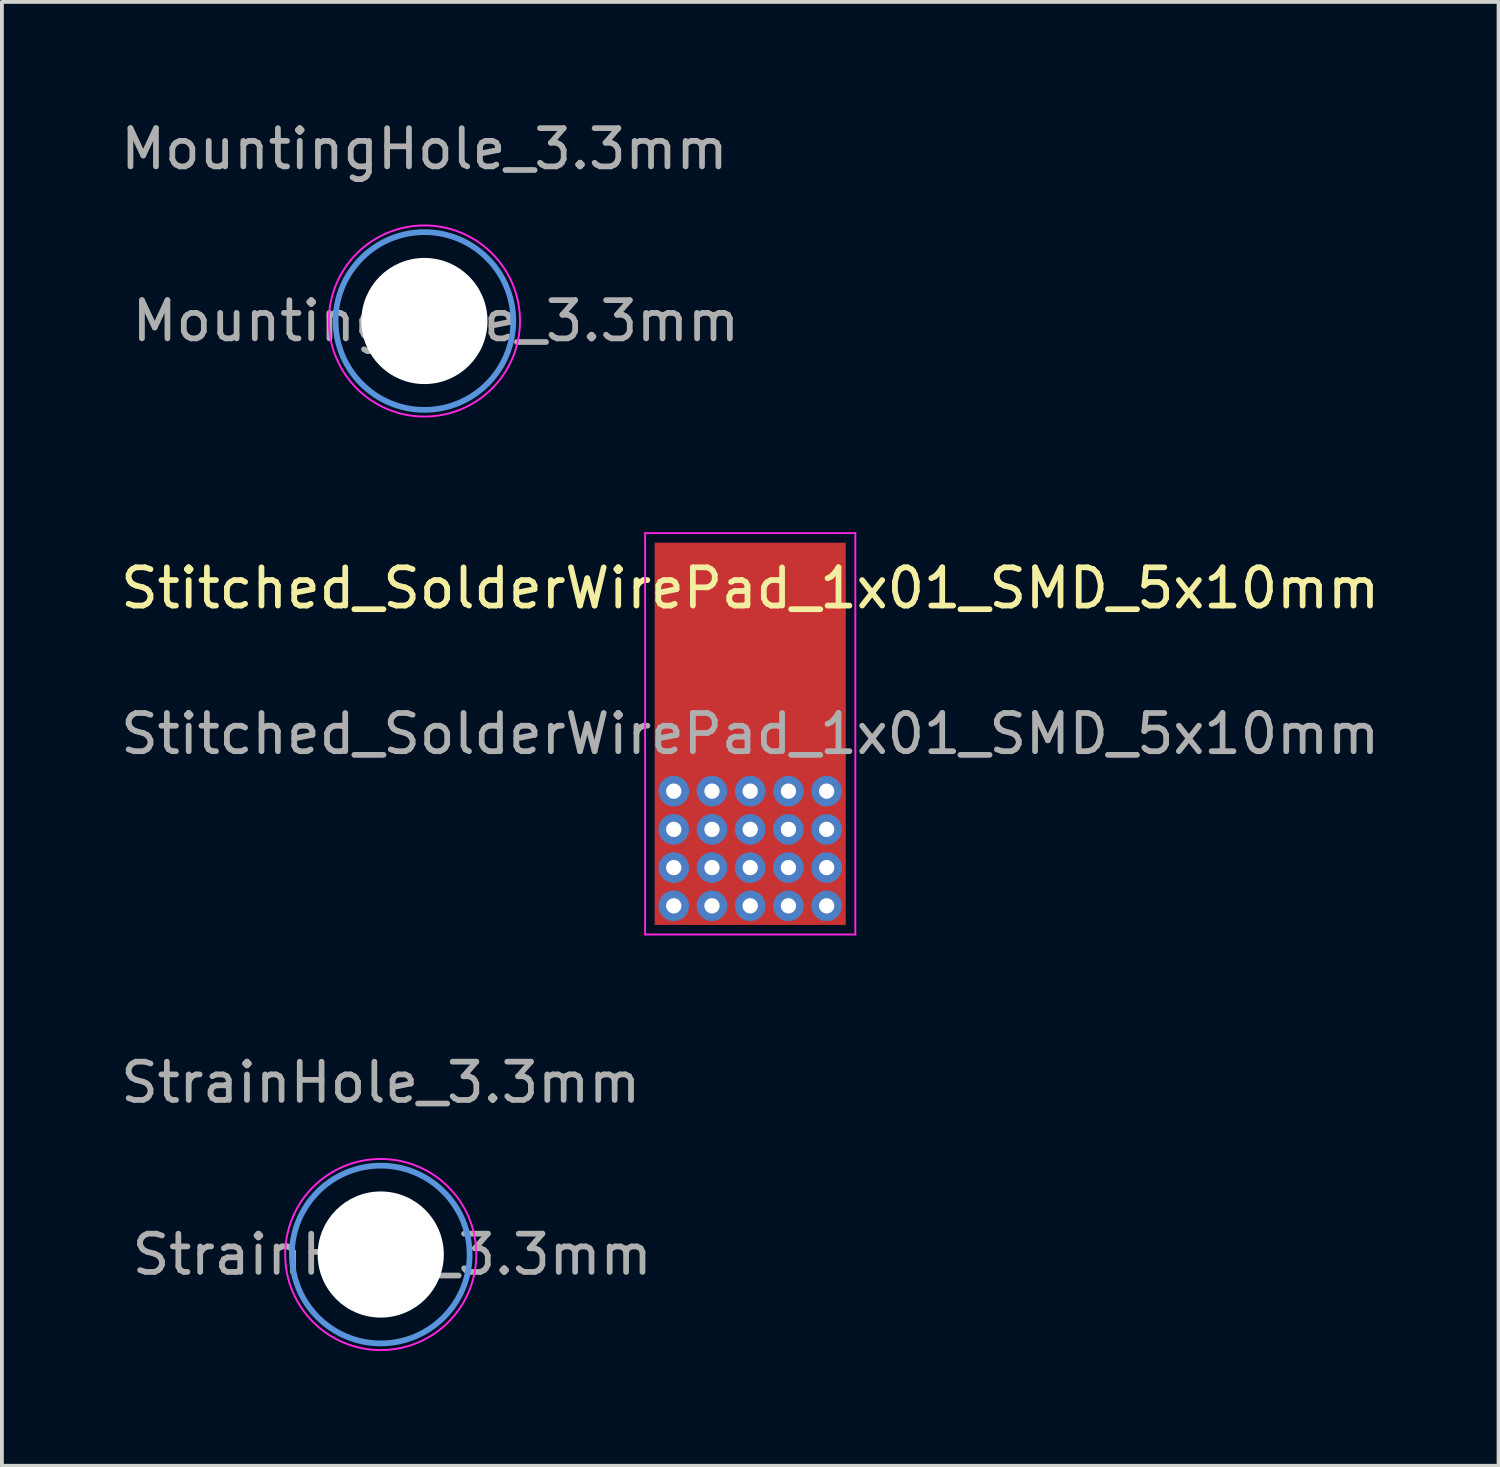
<source format=kicad_pcb>
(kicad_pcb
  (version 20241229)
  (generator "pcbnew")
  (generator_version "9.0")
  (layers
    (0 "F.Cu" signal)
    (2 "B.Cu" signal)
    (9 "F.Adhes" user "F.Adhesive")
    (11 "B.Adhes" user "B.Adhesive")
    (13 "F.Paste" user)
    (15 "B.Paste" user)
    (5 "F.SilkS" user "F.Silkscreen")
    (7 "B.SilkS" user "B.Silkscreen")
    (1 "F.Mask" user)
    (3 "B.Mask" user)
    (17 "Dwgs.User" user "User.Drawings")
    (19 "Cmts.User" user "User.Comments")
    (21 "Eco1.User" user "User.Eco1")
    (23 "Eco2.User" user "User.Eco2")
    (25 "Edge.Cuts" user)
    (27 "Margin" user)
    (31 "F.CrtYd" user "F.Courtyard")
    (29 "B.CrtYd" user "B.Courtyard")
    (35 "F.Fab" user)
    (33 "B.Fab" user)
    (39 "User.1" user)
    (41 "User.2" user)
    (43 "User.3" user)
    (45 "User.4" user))
  (footprint "MountingHole_3.3mm"
    (layer "F.Cu")
    (at 8.054 5.348)
    (property "Reference" "MountingHole_3.3mm" (at 0 -4.5 0) (layer "F.Fab") (effects (font (size 1 1) (thickness 0.15))))
    (attr exclude_from_pos_files exclude_from_bom)
    (fp_circle (center 0 0) (end 2.325 0) (stroke (width 0.15) (type solid)) (fill no) (layer "Cmts.User"))
    (fp_circle (center 0 0) (end 2.5 0) (stroke (width 0.05) (type solid)) (fill no) (layer "F.CrtYd"))
    (fp_text user "${REFERENCE}" (at 0.3 0 0) (layer "F.Fab") (effects (font (size 1 1) (thickness 0.15))))
    (pad "" np_thru_hole circle (at 0 0) (size 3.3 3.3) (drill 3.3) (layers "*.Cu" "*.Mask")))
  (footprint "StrainHole_3.3mm"
    (layer "F.Cu")
    (at 6.911 29.771)
    (property "Reference" "StrainHole_3.3mm" (at 0 -4.5 0) (layer "F.Fab") (effects (font (size 1 1) (thickness 0.15))))
    (attr exclude_from_pos_files exclude_from_bom)
    (fp_circle (center 0 0) (end 2.325 0) (stroke (width 0.15) (type solid)) (fill no) (layer "Cmts.User"))
    (fp_circle (center 0 0) (end 2.5 0) (stroke (width 0.05) (type solid)) (fill no) (layer "F.CrtYd"))
    (fp_text user "${REFERENCE}" (at 0.3 0 0) (layer "F.Fab") (effects (font (size 1 1) (thickness 0.15))))
    (pad "" np_thru_hole circle (at 0 0) (size 3.3 3.3) (drill 3.3) (layers "*.Cu" "*.Mask")))
  (footprint "Stitched_SolderWirePad_1x01_SMD_5x10mm"
    (layer "F.Cu")
    (at 16.577 16.148)
    (property "Reference" "Stitched_SolderWirePad_1x01_SMD_5x10mm" (at 0 -3.81 0) (layer "F.SilkS") (effects (font (size 1 1) (thickness 0.15))))
    (attr smd exclude_from_pos_files exclude_from_bom)
    (fp_line (start -2.75 -5.25) (end -2.75 5.25) (stroke (width 0.05) (type solid)) (layer "F.CrtYd"))
    (fp_line (start -2.75 5.25) (end 2.75 5.25) (stroke (width 0.05) (type solid)) (layer "F.CrtYd"))
    (fp_line (start 2.75 -5.25) (end -2.75 -5.25) (stroke (width 0.05) (type solid)) (layer "F.CrtYd"))
    (fp_line (start 2.75 5.25) (end 2.75 -5.25) (stroke (width 0.05) (type solid)) (layer "F.CrtYd"))
    (fp_text user "${REFERENCE}" (at 0 0 0) (layer "F.Fab") (effects (font (size 1 1) (thickness 0.15))))
    (pad "1" thru_hole circle (at -2 1.5) (size 0.8 0.8) (drill 0.4) (layers "*.Cu" "*.Mask"))
    (pad "1" thru_hole circle (at -2 2.5) (size 0.8 0.8) (drill 0.4) (layers "*.Cu" "*.Mask"))
    (pad "1" thru_hole circle (at -2 3.5) (size 0.8 0.8) (drill 0.4) (layers "*.Cu" "*.Mask"))
    (pad "1" thru_hole circle (at -2 4.5) (size 0.8 0.8) (drill 0.4) (layers "*.Cu" "*.Mask"))
    (pad "1" thru_hole circle (at -1 1.5) (size 0.8 0.8) (drill 0.4) (layers "*.Cu" "*.Mask"))
    (pad "1" thru_hole circle (at -1 2.5) (size 0.8 0.8) (drill 0.4) (layers "*.Cu" "*.Mask"))
    (pad "1" thru_hole circle (at -1 3.5) (size 0.8 0.8) (drill 0.4) (layers "*.Cu" "*.Mask"))
    (pad "1" thru_hole circle (at -1 4.5) (size 0.8 0.8) (drill 0.4) (layers "*.Cu" "*.Mask"))
    (pad "1" smd rect (at 0 0) (size 5 10) (layers "F.Cu" "F.Mask" "F.Paste"))
    (pad "1" thru_hole circle (at 0 1.5) (size 0.8 0.8) (drill 0.4) (layers "*.Cu" "*.Mask"))
    (pad "1" thru_hole circle (at 0 2.5) (size 0.8 0.8) (drill 0.4) (layers "*.Cu" "*.Mask"))
    (pad "1" thru_hole circle (at 0 3.5) (size 0.8 0.8) (drill 0.4) (layers "*.Cu" "*.Mask"))
    (pad "1" thru_hole circle (at 0 4.5) (size 0.8 0.8) (drill 0.4) (layers "*.Cu" "*.Mask"))
    (pad "1" thru_hole circle (at 1 1.5) (size 0.8 0.8) (drill 0.4) (layers "*.Cu" "*.Mask"))
    (pad "1" thru_hole circle (at 1 2.5) (size 0.8 0.8) (drill 0.4) (layers "*.Cu" "*.Mask"))
    (pad "1" thru_hole circle (at 1 3.5) (size 0.8 0.8) (drill 0.4) (layers "*.Cu" "*.Mask"))
    (pad "1" thru_hole circle (at 1 4.5) (size 0.8 0.8) (drill 0.4) (layers "*.Cu" "*.Mask"))
    (pad "1" thru_hole circle (at 2 1.5) (size 0.8 0.8) (drill 0.4) (layers "*.Cu" "*.Mask"))
    (pad "1" thru_hole circle (at 2 2.5) (size 0.8 0.8) (drill 0.4) (layers "*.Cu" "*.Mask"))
    (pad "1" thru_hole circle (at 2 3.5) (size 0.8 0.8) (drill 0.4) (layers "*.Cu" "*.Mask"))
    (pad "1" thru_hole circle (at 2 4.5) (size 0.8 0.8) (drill 0.4) (layers "*.Cu" "*.Mask")))
  (gr_rect
    (start -3 -3)
    (end 36.155 35.297)
    (stroke (width 0.1) (type default))
    (fill no)
    (layer "Edge.Cuts")))
</source>
